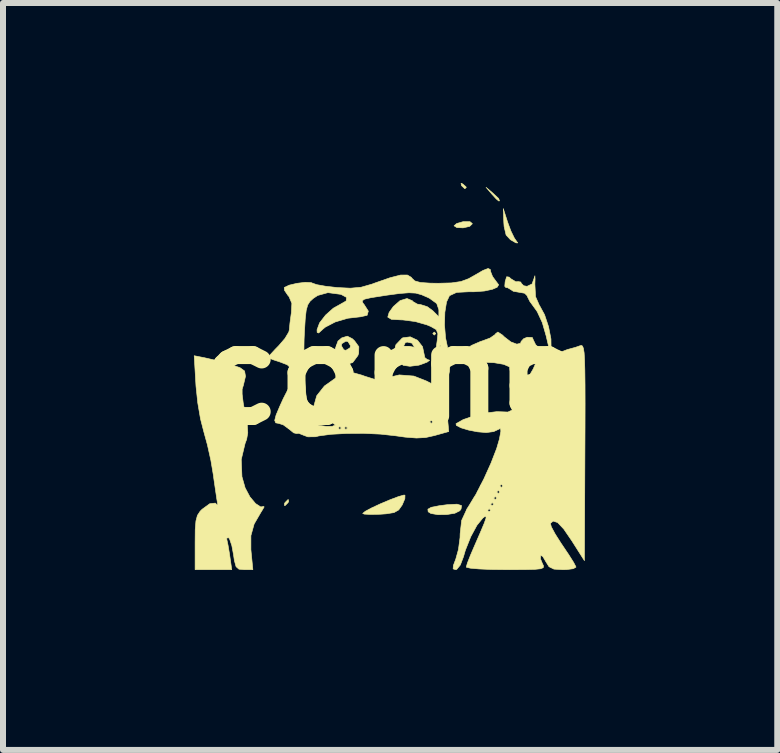
<source format=kicad_pcb>
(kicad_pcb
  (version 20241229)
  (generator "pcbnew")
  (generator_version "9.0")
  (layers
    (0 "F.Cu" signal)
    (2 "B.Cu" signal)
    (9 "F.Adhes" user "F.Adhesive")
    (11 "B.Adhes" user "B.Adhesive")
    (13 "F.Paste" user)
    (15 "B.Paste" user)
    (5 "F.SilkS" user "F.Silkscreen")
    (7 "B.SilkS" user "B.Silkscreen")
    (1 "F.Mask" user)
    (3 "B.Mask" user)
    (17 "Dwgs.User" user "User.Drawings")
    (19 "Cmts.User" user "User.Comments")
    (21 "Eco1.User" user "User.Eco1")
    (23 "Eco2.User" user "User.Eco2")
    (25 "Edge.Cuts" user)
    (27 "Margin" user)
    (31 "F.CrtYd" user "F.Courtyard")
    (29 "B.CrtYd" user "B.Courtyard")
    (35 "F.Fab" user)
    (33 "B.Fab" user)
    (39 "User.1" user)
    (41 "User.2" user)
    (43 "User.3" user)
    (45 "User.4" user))
  (footprint "corne"
    (layer "F.Cu")
    (at 3.454 3.197)
    (property "Reference" "corne" (at 0 0 0) (layer "F.SilkS") (effects (font (size 1.524 1.524) (thickness 0.3))))
    (attr through_hole)
    (fp_poly (pts (xy 0.762 -0.686) (xy 0.737 -0.66) (xy 0.711 -0.686) (xy 0.737 -0.711) (xy 0.762 -0.686)) (stroke (width 0.01) (type solid)) (fill yes) (layer "F.SilkS"))
    (fp_poly (pts (xy 1.211 -3.18) (xy 1.265 -3.133) (xy 1.27 -3.121) (xy 1.246 -3.1) (xy 1.196 -3.147) (xy 1.189 -3.157) (xy 1.183 -3.192) (xy 1.211 -3.18)) (stroke (width 0.01) (type solid)) (fill yes) (layer "F.SilkS"))
    (fp_poly (pts (xy 1.714 -3.027) (xy 1.81 -2.937) (xy 1.824 -2.898) (xy 1.811 -2.896) (xy 1.77 -2.93) (xy 1.697 -3.01) (xy 1.6 -3.124) (xy 1.714 -3.027)) (stroke (width 0.01) (type solid)) (fill yes) (layer "F.SilkS"))
    (fp_poly (pts (xy -1.692 2.116) (xy -1.702 2.134) (xy -1.75 2.182) (xy -1.759 2.184) (xy -1.762 2.152) (xy -1.753 2.134) (xy -1.705 2.085) (xy -1.696 2.083) (xy -1.692 2.116)) (stroke (width 0.01) (type solid)) (fill yes) (layer "F.SilkS"))
    (fp_poly (pts (xy 1.372 -2.517) (xy 1.327 -2.473) (xy 1.221 -2.449) (xy 1.219 -2.448) (xy 1.113 -2.453) (xy 1.067 -2.482) (xy 1.067 -2.483) (xy 1.111 -2.521) (xy 1.217 -2.551) (xy 1.219 -2.551) (xy 1.332 -2.551) (xy 1.372 -2.517)) (stroke (width 0.01) (type solid)) (fill yes) (layer "F.SilkS"))
    (fp_poly (pts (xy 1.958 -2.547) (xy 2.014 -2.396) (xy 2.07 -2.281) (xy 2.087 -2.255) (xy 2.128 -2.197) (xy 2.098 -2.198) (xy 2.007 -2.25) (xy 1.934 -2.329) (xy 1.901 -2.47) (xy 1.896 -2.54) (xy 1.887 -2.769) (xy 1.958 -2.547)) (stroke (width 0.01) (type solid)) (fill yes) (layer "F.SilkS"))
    (fp_poly (pts (xy 1.191 2.182) (xy 1.183 2.24) (xy 1.162 2.269) (xy 1.08 2.31) (xy 0.945 2.332) (xy 0.798 2.334) (xy 0.68 2.314) (xy 0.635 2.286) (xy 0.63 2.243) (xy 0.686 2.211) (xy 0.819 2.185) (xy 0.949 2.168) (xy 1.116 2.159) (xy 1.191 2.182)) (stroke (width 0.01) (type solid)) (fill yes) (layer "F.SilkS"))
    (fp_poly (pts (xy 0.248 2.009) (xy 0.246 2.068) (xy 0.202 2.172) (xy 0.2 2.175) (xy 0.143 2.255) (xy 0.065 2.299) (xy -0.067 2.32) (xy -0.167 2.327) (xy -0.323 2.33) (xy -0.428 2.325) (xy -0.457 2.314) (xy -0.414 2.278) (xy -0.305 2.22) (xy -0.157 2.151) (xy -0.000042 2.085) (xy 0.138 2.033) (xy 0.229 2.007) (xy 0.248 2.009)) (stroke (width 0.01) (type solid)) (fill yes) (layer "F.SilkS"))
    (fp_poly (pts (xy -0.629 -0.599) (xy -0.593 -0.565) (xy -0.521 -0.466) (xy -0.524 -0.358) (xy -0.537 -0.319) (xy -0.624 -0.202) (xy -0.767 -0.161) (xy -0.936 -0.197) (xy -0.998 -0.24) (xy -0.975 -0.274) (xy -0.928 -0.349) (xy -0.914 -0.433) (xy -0.897 -0.483) (xy -0.813 -0.483) (xy -0.772 -0.415) (xy -0.737 -0.406) (xy -0.669 -0.447) (xy -0.66 -0.483) (xy -0.701 -0.55) (xy -0.737 -0.559) (xy -0.804 -0.518) (xy -0.813 -0.483) (xy -0.897 -0.483) (xy -0.869 -0.56) (xy -0.807 -0.613) (xy -0.713 -0.642) (xy -0.629 -0.599)) (stroke (width 0.01) (type solid)) (fill yes) (layer "F.SilkS"))
    (fp_poly (pts (xy 0.457 -0.574) (xy 0.541 -0.466) (xy 0.559 -0.38) (xy 0.579 -0.285) (xy 0.618 -0.254) (xy 0.659 -0.241) (xy 0.617 -0.209) (xy 0.506 -0.167) (xy 0.476 -0.158) (xy 0.331 -0.14) (xy 0.22 -0.156) (xy 0.107 -0.242) (xy 0.066 -0.368) (xy 0.09 -0.472) (xy 0.224 -0.472) (xy 0.231 -0.454) (xy 0.294 -0.413) (xy 0.37 -0.413) (xy 0.406 -0.454) (xy 0.366 -0.525) (xy 0.283 -0.544) (xy 0.253 -0.533) (xy 0.224 -0.472) (xy 0.09 -0.472) (xy 0.097 -0.5) (xy 0.2 -0.608) (xy 0.213 -0.615) (xy 0.336 -0.631) (xy 0.457 -0.574)) (stroke (width 0.01) (type solid)) (fill yes) (layer "F.SilkS"))
    (fp_poly (pts (xy 2.417 -1.595) (xy 2.414 -1.509) (xy 2.425 -1.301) (xy 2.488 -1.157) (xy 2.494 -1.149) (xy 2.575 -1) (xy 2.642 -0.799) (xy 2.682 -0.595) (xy 2.684 -0.451) (xy 2.667 -0.424) (xy 2.638 -0.493) (xy 2.602 -0.646) (xy 2.538 -0.868) (xy 2.453 -1.051) (xy 2.411 -1.11) (xy 2.33 -1.221) (xy 2.288 -1.305) (xy 2.286 -1.315) (xy 2.243 -1.358) (xy 2.162 -1.372) (xy 2.054 -1.391) (xy 2.006 -1.423) (xy 1.95 -1.455) (xy 1.934 -1.45) (xy 1.912 -1.473) (xy 1.918 -1.549) (xy 1.943 -1.633) (xy 1.984 -1.627) (xy 2.016 -1.598) (xy 2.096 -1.549) (xy 2.138 -1.552) (xy 2.181 -1.544) (xy 2.184 -1.527) (xy 2.227 -1.483) (xy 2.283 -1.473) (xy 2.367 -1.513) (xy 2.403 -1.613) (xy 2.414 -1.649) (xy 2.417 -1.595)) (stroke (width 0.01) (type solid)) (fill yes) (layer "F.SilkS"))
    (fp_poly (pts (xy -3.093 -0.282) (xy -2.942 -0.247) (xy -2.751 -0.196) (xy -2.655 -0.168) (xy -2.503 -0.117) (xy -2.426 -0.061) (xy -2.411 0.027) (xy -2.446 0.175) (xy -2.467 0.243) (xy -2.467 0.323) (xy -2.449 0.47) (xy -2.417 0.642) (xy -2.381 0.837) (xy -2.373 0.97) (xy -2.392 1.078) (xy -2.418 1.147) (xy -2.482 1.415) (xy -2.47 1.701) (xy -2.417 1.887) (xy -2.337 2.037) (xy -2.243 2.149) (xy -2.156 2.205) (xy -2.107 2.197) (xy -2.1 2.205) (xy -2.142 2.276) (xy -2.149 2.286) (xy -2.267 2.49) (xy -2.321 2.684) (xy -2.321 2.916) (xy -2.317 2.959) (xy -2.288 3.251) (xy -2.433 3.251) (xy -2.52 3.243) (xy -2.568 3.201) (xy -2.596 3.1) (xy -2.611 2.999) (xy -2.639 2.848) (xy -2.675 2.743) (xy -2.693 2.717) (xy -2.725 2.726) (xy -2.721 2.753) (xy -2.702 2.843) (xy -2.678 2.986) (xy -2.671 3.035) (xy -2.64 3.251) (xy -3.251 3.251) (xy -3.251 2.803) (xy -3.249 2.582) (xy -3.237 2.438) (xy -3.212 2.345) (xy -3.167 2.277) (xy -3.134 2.244) (xy -3.006 2.151) (xy -2.914 2.141) (xy -2.883 2.172) (xy -2.872 2.171) (xy -2.876 2.15) (xy -2.889 2.074) (xy -2.911 1.925) (xy -2.939 1.733) (xy -2.946 1.678) (xy -2.988 1.429) (xy -3.046 1.169) (xy -3.105 0.954) (xy -3.106 0.951) (xy -3.161 0.737) (xy -3.207 0.468) (xy -3.236 0.193) (xy -3.238 0.159) (xy -3.266 -0.316) (xy -3.093 -0.282)) (stroke (width 0.01) (type solid)) (fill yes) (layer "F.SilkS"))
    (fp_poly (pts (xy 1.872 -0.662) (xy 1.906 -0.629) (xy 2.014 -0.546) (xy 2.113 -0.509) (xy 2.176 -0.524) (xy 2.184 -0.553) (xy 2.227 -0.6) (xy 2.286 -0.624) (xy 2.371 -0.62) (xy 2.388 -0.58) (xy 2.427 -0.499) (xy 2.484 -0.449) (xy 2.55 -0.375) (xy 2.555 -0.321) (xy 2.573 -0.268) (xy 2.656 -0.254) (xy 2.763 -0.279) (xy 2.81 -0.323) (xy 2.876 -0.388) (xy 2.955 -0.419) (xy 3.091 -0.456) (xy 3.165 -0.482) (xy 3.189 -0.488) (xy 3.208 -0.477) (xy 3.223 -0.439) (xy 3.235 -0.365) (xy 3.242 -0.246) (xy 3.247 -0.071) (xy 3.25 0.169) (xy 3.251 0.483) (xy 3.25 0.881) (xy 3.248 1.29) (xy 3.24 3.101) (xy 3.03 2.77) (xy 2.895 2.573) (xy 2.793 2.465) (xy 2.718 2.441) (xy 2.673 2.479) (xy 2.688 2.537) (xy 2.751 2.654) (xy 2.848 2.807) (xy 2.873 2.844) (xy 2.98 3.003) (xy 3.06 3.13) (xy 3.098 3.203) (xy 3.099 3.209) (xy 3.053 3.235) (xy 2.939 3.25) (xy 2.878 3.251) (xy 2.732 3.242) (xy 2.65 3.202) (xy 2.597 3.118) (xy 2.546 3.031) (xy 2.509 3.012) (xy 2.508 3.072) (xy 2.538 3.145) (xy 2.558 3.188) (xy 2.553 3.218) (xy 2.509 3.236) (xy 2.41 3.246) (xy 2.243 3.25) (xy 1.992 3.251) (xy 1.932 3.251) (xy 1.686 3.248) (xy 1.482 3.239) (xy 1.337 3.226) (xy 1.272 3.21) (xy 1.27 3.207) (xy 1.289 3.14) (xy 1.34 3.011) (xy 1.403 2.864) (xy 1.505 2.63) (xy 1.57 2.476) (xy 1.6 2.39) (xy 1.598 2.359) (xy 1.57 2.372) (xy 1.547 2.389) (xy 1.448 2.511) (xy 1.345 2.701) (xy 1.255 2.927) (xy 1.223 3.036) (xy 1.171 3.173) (xy 1.111 3.246) (xy 1.093 3.251) (xy 1.051 3.238) (xy 1.055 3.181) (xy 1.095 3.075) (xy 1.14 2.913) (xy 1.166 2.717) (xy 1.168 2.65) (xy 1.193 2.43) (xy 1.271 2.261) (xy 1.626 2.261) (xy 1.651 2.286) (xy 1.676 2.261) (xy 1.651 2.235) (xy 1.626 2.261) (xy 1.271 2.261) (xy 1.28 2.239) (xy 1.303 2.204) (xy 1.331 2.159) (xy 1.676 2.159) (xy 1.702 2.184) (xy 1.727 2.159) (xy 1.702 2.134) (xy 1.676 2.159) (xy 1.331 2.159) (xy 1.392 2.057) (xy 1.727 2.057) (xy 1.753 2.083) (xy 1.778 2.057) (xy 1.753 2.032) (xy 1.727 2.057) (xy 1.392 2.057) (xy 1.431 1.995) (xy 1.451 1.956) (xy 1.778 1.956) (xy 1.803 1.981) (xy 1.829 1.956) (xy 1.803 1.93) (xy 1.778 1.956) (xy 1.451 1.956) (xy 1.503 1.854) (xy 1.829 1.854) (xy 1.854 1.88) (xy 1.88 1.854) (xy 1.854 1.829) (xy 1.829 1.854) (xy 1.503 1.854) (xy 1.563 1.739) (xy 1.683 1.473) (xy 1.777 1.23) (xy 1.823 1.073) (xy 1.847 0.94) (xy 1.84 0.894) (xy 1.815 0.908) (xy 1.726 0.949) (xy 1.603 0.965) (xy 1.459 0.953) (xy 1.31 0.924) (xy 1.183 0.886) (xy 1.105 0.846) (xy 1.099 0.817) (xy 1.219 0.749) (xy 1.399 0.686) (xy 1.598 0.638) (xy 1.775 0.617) (xy 1.83 0.618) (xy 1.964 0.623) (xy 2.034 0.591) (xy 2.075 0.509) (xy 2.101 0.367) (xy 2.101 0.204) (xy 2.101 0.203) (xy 2.096 0.1) (xy 2.112 0.097) (xy 2.122 0.118) (xy 2.158 0.181) (xy 2.199 0.166) (xy 2.243 0.118) (xy 2.332 -0.003) (xy 2.385 -0.094) (xy 2.422 -0.177) (xy 2.393 -0.194) (xy 2.328 -0.176) (xy 2.213 -0.13) (xy 2.155 -0.096) (xy 2.073 -0.089) (xy 2.002 -0.126) (xy 1.892 -0.173) (xy 1.733 -0.2) (xy 1.676 -0.202) (xy 1.453 -0.212) (xy 1.263 -0.236) (xy 1.127 -0.27) (xy 1.068 -0.309) (xy 1.067 -0.314) (xy 1.097 -0.34) (xy 1.111 -0.334) (xy 1.173 -0.347) (xy 1.246 -0.408) (xy 1.355 -0.487) (xy 1.506 -0.553) (xy 1.535 -0.562) (xy 1.667 -0.611) (xy 1.749 -0.668) (xy 1.759 -0.683) (xy 1.797 -0.711) (xy 1.872 -0.662)) (stroke (width 0.01) (type solid)) (fill yes) (layer "F.SilkS"))
    (fp_poly (pts (xy 1.671 -1.753) (xy 1.676 -1.719) (xy 1.708 -1.637) (xy 1.759 -1.567) (xy 1.81 -1.499) (xy 1.785 -1.458) (xy 1.706 -1.424) (xy 1.572 -1.395) (xy 1.393 -1.382) (xy 1.318 -1.383) (xy 1.109 -1.372) (xy 0.99 -1.317) (xy 0.941 -1.213) (xy 0.913 -1.04) (xy 0.907 -0.829) (xy 0.925 -0.612) (xy 0.965 -0.423) (xy 1.003 -0.236) (xy 0.989 -0.054) (xy 0.972 0.021) (xy 0.942 0.231) (xy 0.938 0.487) (xy 0.946 0.6) (xy 0.978 0.948) (xy 0.739 1.015) (xy 0.591 1.048) (xy 0.44 1.056) (xy 0.25 1.041) (xy 0.085 1.018) (xy -0.161 0.991) (xy -0.442 0.978) (xy -0.727 0.98) (xy -0.986 0.994) (xy -1.188 1.021) (xy -1.245 1.035) (xy -1.372 1.036) (xy -1.439 1.011) (xy -1.524 0.977) (xy -1.557 0.982) (xy -1.607 0.97) (xy -1.681 0.91) (xy -1.709 0.889) (xy -0.864 0.889) (xy -0.838 0.914) (xy -0.813 0.889) (xy -0.762 0.889) (xy -0.737 0.914) (xy -0.711 0.889) (xy -0.737 0.864) (xy -0.762 0.889) (xy -0.813 0.889) (xy -0.838 0.864) (xy -0.864 0.889) (xy -1.709 0.889) (xy -1.78 0.837) (xy -1.854 0.813) (xy -1.907 0.803) (xy -1.924 0.762) (xy -1.901 0.673) (xy -1.836 0.52) (xy -1.78 0.397) (xy -1.707 0.254) (xy -1.653 0.173) (xy -1.628 0.167) (xy -1.627 0.174) (xy -1.614 0.24) (xy -1.597 0.242) (xy -1.587 0.178) (xy -1.598 0.057) (xy -1.603 0.031) (xy -1.64 -0.094) (xy -1.714 -0.165) (xy -1.834 -0.211) (xy -1.958 -0.252) (xy -1.993 -0.268) (xy -1.439 -0.268) (xy -1.428 0.043) (xy -1.404 0.324) (xy -1.367 0.559) (xy -1.321 0.729) (xy -1.267 0.815) (xy -1.266 0.817) (xy -1.181 0.846) (xy -1.067 0.861) (xy -0.964 0.861) (xy -0.915 0.841) (xy -0.914 0.839) (xy -0.956 0.805) (xy -0.993 0.787) (xy 0.66 0.787) (xy 0.686 0.813) (xy 0.711 0.787) (xy 0.686 0.762) (xy 0.66 0.787) (xy -0.993 0.787) (xy -1.06 0.754) (xy -1.092 0.74) (xy -1.214 0.673) (xy -1.264 0.59) (xy -1.27 0.518) (xy -1.223 0.351) (xy -1.095 0.189) (xy -0.906 0.055) (xy -0.83 0.019) (xy -0.705 -0.025) (xy -0.602 -0.029) (xy -0.471 0.008) (xy -0.419 0.027) (xy -0.256 0.078) (xy -0.14 0.081) (xy -0.069 0.057) (xy 0.153 0.004) (xy 0.396 0.023) (xy 0.6 0.103) (xy 0.718 0.163) (xy 0.8 0.182) (xy 0.81 0.179) (xy 0.865 0.097) (xy 0.89 -0.03) (xy 0.878 -0.148) (xy 0.86 -0.182) (xy 0.826 -0.285) (xy 0.834 -0.393) (xy 0.849 -0.481) (xy 0.831 -0.482) (xy 0.811 -0.457) (xy 0.777 -0.428) (xy 0.773 -0.48) (xy 0.785 -0.566) (xy 0.797 -0.683) (xy 0.77 -0.751) (xy 0.68 -0.803) (xy 0.61 -0.832) (xy 0.42 -0.886) (xy 0.213 -0.913) (xy 0.177 -0.914) (xy 0.022 -0.923) (xy -0.039 -0.96) (xy -0.016 -1.038) (xy 0.054 -1.136) (xy 0.167 -1.235) (xy 0.282 -1.27) (xy 0.371 -1.233) (xy 0.381 -1.219) (xy 0.453 -1.177) (xy 0.511 -1.168) (xy 0.619 -1.134) (xy 0.711 -1.067) (xy 0.813 -0.965) (xy 0.813 -1.083) (xy 0.778 -1.186) (xy 0.66 -1.272) (xy 0.633 -1.286) (xy 0.525 -1.333) (xy 0.428 -1.36) (xy 0.315 -1.366) (xy 0.159 -1.354) (xy -0.064 -1.324) (xy -0.127 -1.314) (xy -0.319 -1.284) (xy -0.427 -1.259) (xy -0.466 -1.231) (xy -0.453 -1.194) (xy -0.434 -1.171) (xy -0.363 -1.06) (xy -0.383 -0.99) (xy -0.494 -0.965) (xy -0.495 -0.965) (xy -0.705 -0.941) (xy -0.915 -0.879) (xy -1.08 -0.793) (xy -1.121 -0.759) (xy -1.191 -0.695) (xy -1.216 -0.704) (xy -1.218 -0.749) (xy -1.176 -0.863) (xy -1.076 -0.993) (xy -0.946 -1.109) (xy -0.84 -1.168) (xy -0.733 -1.229) (xy -0.725 -1.288) (xy -0.815 -1.337) (xy -0.826 -1.34) (xy -1.037 -1.368) (xy -1.207 -1.321) (xy -1.281 -1.272) (xy -1.336 -1.222) (xy -1.374 -1.162) (xy -1.399 -1.071) (xy -1.415 -0.929) (xy -1.428 -0.714) (xy -1.434 -0.59) (xy -1.439 -0.268) (xy -1.993 -0.268) (xy -2.027 -0.283) (xy -2.032 -0.289) (xy -1.999 -0.333) (xy -1.916 -0.423) (xy -1.857 -0.483) (xy -1.753 -0.604) (xy -1.689 -0.711) (xy -1.68 -0.748) (xy -1.67 -0.857) (xy -1.65 -1.007) (xy -1.646 -1.031) (xy -1.638 -1.19) (xy -1.685 -1.301) (xy -1.704 -1.323) (xy -1.761 -1.407) (xy -1.765 -1.453) (xy -1.684 -1.492) (xy -1.554 -1.523) (xy -1.416 -1.54) (xy -1.316 -1.535) (xy -1.297 -1.527) (xy -1.223 -1.501) (xy -1.078 -1.475) (xy -0.894 -1.454) (xy -0.889 -1.453) (xy -0.661 -1.442) (xy -0.483 -1.458) (xy -0.302 -1.51) (xy -0.254 -1.528) (xy -0.002 -1.616) (xy 0.174 -1.661) (xy 0.288 -1.662) (xy 0.354 -1.623) (xy 0.365 -1.607) (xy 0.412 -1.563) (xy 0.506 -1.537) (xy 0.667 -1.526) (xy 0.803 -1.524) (xy 1.024 -1.53) (xy 1.181 -1.553) (xy 1.308 -1.6) (xy 1.397 -1.65) (xy 1.549 -1.738) (xy 1.635 -1.771) (xy 1.671 -1.753)) (stroke (width 0.01) (type solid)) (fill yes) (layer "F.SilkS")))
  (gr_rect
    (start -3 -3)
    (end 9.909 9.453)
    (stroke (width 0.1) (type default))
    (fill no)
    (layer "Edge.Cuts")))
</source>
